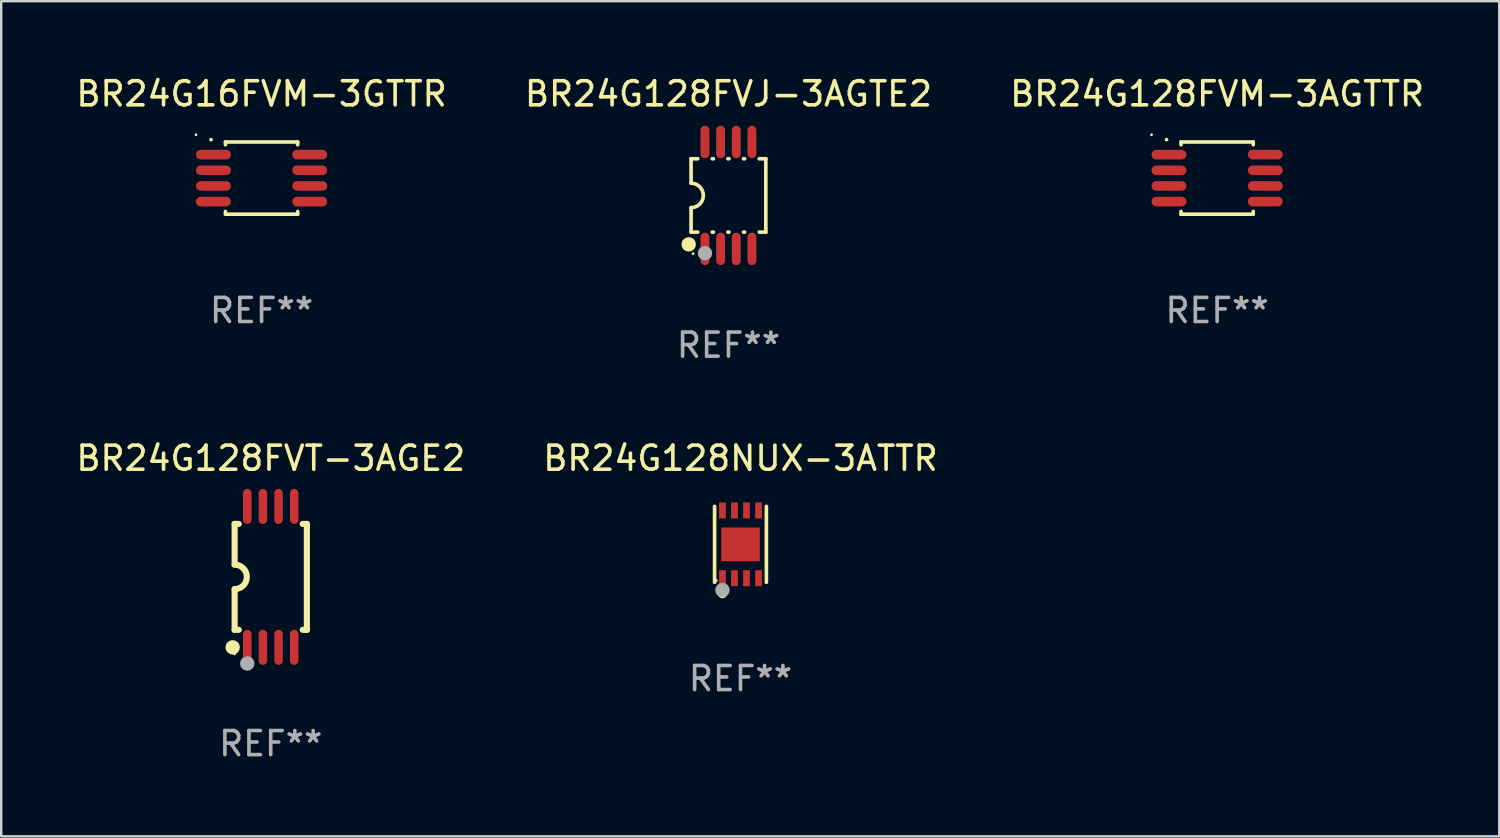
<source format=kicad_pcb>
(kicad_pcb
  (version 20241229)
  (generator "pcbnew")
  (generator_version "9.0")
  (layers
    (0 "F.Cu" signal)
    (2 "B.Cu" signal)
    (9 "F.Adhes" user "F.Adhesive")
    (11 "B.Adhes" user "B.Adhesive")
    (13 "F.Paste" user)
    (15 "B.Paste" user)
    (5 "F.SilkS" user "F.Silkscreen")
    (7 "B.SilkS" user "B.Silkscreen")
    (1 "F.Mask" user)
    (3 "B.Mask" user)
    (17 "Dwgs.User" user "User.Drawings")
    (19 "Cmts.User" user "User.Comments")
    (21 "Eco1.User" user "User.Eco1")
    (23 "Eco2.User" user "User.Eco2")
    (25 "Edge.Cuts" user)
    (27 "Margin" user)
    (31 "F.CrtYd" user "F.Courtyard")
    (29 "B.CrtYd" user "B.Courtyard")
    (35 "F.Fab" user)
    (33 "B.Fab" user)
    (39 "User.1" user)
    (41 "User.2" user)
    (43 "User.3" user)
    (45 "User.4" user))
  (footprint "BR24G128FVM-3AGTTR"
    (layer "F.Cu")
    (at 47.506 4.348)
    (property "Reference" "BR24G128FVM-3AGTTR" (at 0 -3.5 0) (layer "F.SilkS") (effects (font (size 1 1) (thickness 0.15))))
    (attr through_hole)
    (fp_line (start -1.5 -1.5) (end 1.5 -1.5) (stroke (width 0.15) (type solid)) (layer "F.SilkS"))
    (fp_line (start -1.5 -1.385) (end -1.5 -1.5) (stroke (width 0.15) (type solid)) (layer "F.SilkS"))
    (fp_line (start -1.5 1.5) (end -1.5 1.385) (stroke (width 0.15) (type solid)) (layer "F.SilkS"))
    (fp_line (start 1.5 -1.5) (end 1.5 -1.385) (stroke (width 0.15) (type solid)) (layer "F.SilkS"))
    (fp_line (start 1.5 1.385) (end 1.5 1.5) (stroke (width 0.15) (type solid)) (layer "F.SilkS"))
    (fp_line (start 1.5 1.5) (end -1.5 1.5) (stroke (width 0.15) (type solid)) (layer "F.SilkS"))
    (fp_arc (start -2.099873 -1.59746) (mid -2.099879 -1.59873) (end -2.099873 -1.6) (stroke (width 0.150013) (type solid)) (layer "F.SilkS"))
    (fp_circle (center -2.725 -1.799) (end -2.695 -1.799) (stroke (width 0.06) (type solid)) (fill no) (layer "F.SilkS"))
    (fp_text user "REF**" (at 0 5.5 0) (layer "F.Fab") (effects (font (size 1 1) (thickness 0.15))))
    (pad "1" smd oval (at -2 -0.975 180) (size 1.45 0.4) (layers "F.Cu" "F.Mask" "F.Paste"))
    (pad "2" smd oval (at -2 -0.325 180) (size 1.45 0.4) (layers "F.Cu" "F.Mask" "F.Paste"))
    (pad "3" smd oval (at -2 0.325 180) (size 1.45 0.4) (layers "F.Cu" "F.Mask" "F.Paste"))
    (pad "4" smd oval (at -2 0.975 180) (size 1.45 0.4) (layers "F.Cu" "F.Mask" "F.Paste"))
    (pad "5" smd oval (at 2 0.975 180) (size 1.45 0.4) (layers "F.Cu" "F.Mask" "F.Paste"))
    (pad "6" smd oval (at 2 0.325 180) (size 1.45 0.4) (layers "F.Cu" "F.Mask" "F.Paste"))
    (pad "7" smd oval (at 2 -0.325 180) (size 1.45 0.4) (layers "F.Cu" "F.Mask" "F.Paste"))
    (pad "8" smd oval (at 2 -0.976 180) (size 1.45 0.4) (layers "F.Cu" "F.Mask" "F.Paste")))
  (footprint "BR24G128FVJ-3AGTE2"
    (layer "F.Cu")
    (at 27.208 5.068)
    (property "Reference" "BR24G128FVJ-3AGTE2" (at 0 -4.22 0) (layer "F.SilkS") (effects (font (size 1 1) (thickness 0.15))))
    (attr through_hole)
    (fp_line (start -1.552 -1.524) (end -1.276 -1.524) (stroke (width 0.152) (type solid)) (layer "F.SilkS"))
    (fp_line (start -1.552 -0.508) (end -1.552 -1.524) (stroke (width 0.152) (type solid)) (layer "F.SilkS"))
    (fp_line (start -1.552 1.524) (end -1.552 0.508) (stroke (width 0.152) (type solid)) (layer "F.SilkS"))
    (fp_line (start -1.552 1.524) (end -1.276 1.524) (stroke (width 0.152) (type solid)) (layer "F.SilkS"))
    (fp_line (start -0.674 -1.524) (end -0.626 -1.524) (stroke (width 0.152) (type solid)) (layer "F.SilkS"))
    (fp_line (start -0.674 1.524) (end -0.626 1.524) (stroke (width 0.152) (type solid)) (layer "F.SilkS"))
    (fp_line (start -0.024 -1.524) (end 0.024 -1.524) (stroke (width 0.152) (type solid)) (layer "F.SilkS"))
    (fp_line (start -0.024 1.524) (end 0.024 1.524) (stroke (width 0.152) (type solid)) (layer "F.SilkS"))
    (fp_line (start 0.626 -1.524) (end 0.674 -1.524) (stroke (width 0.152) (type solid)) (layer "F.SilkS"))
    (fp_line (start 0.626 1.524) (end 0.674 1.524) (stroke (width 0.152) (type solid)) (layer "F.SilkS"))
    (fp_line (start 1.276 1.524) (end 1.552 1.524) (stroke (width 0.152) (type solid)) (layer "F.SilkS"))
    (fp_line (start 1.276 -1.524) (end 1.552 -1.524) (stroke (width 0.152) (type solid)) (layer "F.SilkS"))
    (fp_line (start 1.552 -1.524) (end 1.552 1.524) (stroke (width 0.152) (type solid)) (layer "F.SilkS"))
    (fp_arc (start -1.551943 -0.508001) (mid -1.043942 0) (end -1.551943 0.508001) (stroke (width 0.151994) (type solid)) (layer "F.SilkS"))
    (fp_circle (center -1.651 2.032) (end -1.501 2.032) (stroke (width 0.3) (type solid)) (fill no) (layer "F.SilkS"))
    (fp_circle (center -1.47 2.42) (end -1.44 2.42) (stroke (width 0.06) (type solid)) (fill no) (layer "F.SilkS"))
    (fp_circle (center -0.975 2.4) (end -0.825 2.4) (stroke (width 0.3) (type solid)) (fill no) (layer "F.Fab"))
    (fp_text user "REF**" (at 0 6.22 0) (layer "F.Fab") (effects (font (size 1 1) (thickness 0.15))))
    (pad "1" smd oval (at -0.975 2.22) (size 0.37 1.35) (layers "F.Cu" "F.Mask" "F.Paste"))
    (pad "2" smd oval (at -0.325 2.22) (size 0.37 1.35) (layers "F.Cu" "F.Mask" "F.Paste"))
    (pad "3" smd oval (at 0.325 2.22) (size 0.37 1.35) (layers "F.Cu" "F.Mask" "F.Paste"))
    (pad "4" smd oval (at 0.975 2.22) (size 0.37 1.35) (layers "F.Cu" "F.Mask" "F.Paste"))
    (pad "5" smd oval (at 0.975 -2.22) (size 0.37 1.35) (layers "F.Cu" "F.Mask" "F.Paste"))
    (pad "6" smd oval (at 0.325 -2.22) (size 0.37 1.35) (layers "F.Cu" "F.Mask" "F.Paste"))
    (pad "7" smd oval (at -0.325 -2.22) (size 0.37 1.35) (layers "F.Cu" "F.Mask" "F.Paste"))
    (pad "8" smd oval (at -0.975 -2.22) (size 0.37 1.35) (layers "F.Cu" "F.Mask" "F.Paste")))
  (footprint "BR24G128FVT-3AGE2"
    (layer "F.Cu")
    (at 8.196 20.912)
    (property "Reference" "BR24G128FVT-3AGE2" (at 0 -4.927 0) (layer "F.SilkS") (effects (font (size 1 1) (thickness 0.15))))
    (attr through_hole)
    (fp_line (start -1.5 -2.2) (end -1.5 -0.508) (stroke (width 0.254) (type solid)) (layer "F.SilkS"))
    (fp_line (start -1.5 -2.2) (end -1.328 -2.2) (stroke (width 0.254) (type solid)) (layer "F.SilkS"))
    (fp_line (start -1.5 2.2) (end -1.5 0.508) (stroke (width 0.254) (type solid)) (layer "F.SilkS"))
    (fp_line (start -1.5 2.2) (end -1.328 2.2) (stroke (width 0.254) (type solid)) (layer "F.SilkS"))
    (fp_line (start 1.328 -2.2) (end 1.5 -2.2) (stroke (width 0.254) (type solid)) (layer "F.SilkS"))
    (fp_line (start 1.328 2.2) (end 1.5 2.2) (stroke (width 0.254) (type solid)) (layer "F.SilkS"))
    (fp_line (start 1.5 -2.2) (end 1.5 2.2) (stroke (width 0.254) (type solid)) (layer "F.SilkS"))
    (fp_arc (start -1.501144 -0.508) (mid -0.993143 -0.000571) (end -1.5 0.508001) (stroke (width 0.254001) (type solid)) (layer "F.SilkS"))
    (fp_circle (center -1.581 2.927) (end -1.431 2.927) (stroke (width 0.3) (type solid)) (fill no) (layer "F.SilkS"))
    (fp_circle (center -1.5 3.2) (end -1.47 3.2) (stroke (width 0.06) (type solid)) (fill no) (layer "F.SilkS"))
    (fp_circle (center -0.975 3.6) (end -0.825 3.6) (stroke (width 0.3) (type solid)) (fill no) (layer "F.Fab"))
    (fp_text user "REF**" (at 0 6.927 0) (layer "F.Fab") (effects (font (size 1 1) (thickness 0.15))))
    (pad "1" smd oval (at -0.975 2.927) (size 0.353 1.454) (layers "F.Cu" "F.Mask" "F.Paste"))
    (pad "2" smd oval (at -0.325 2.927) (size 0.353 1.454) (layers "F.Cu" "F.Mask" "F.Paste"))
    (pad "3" smd oval (at 0.325 2.927) (size 0.353 1.454) (layers "F.Cu" "F.Mask" "F.Paste"))
    (pad "4" smd oval (at 0.975 2.927) (size 0.353 1.454) (layers "F.Cu" "F.Mask" "F.Paste"))
    (pad "5" smd oval (at 0.975 -2.927) (size 0.353 1.454) (layers "F.Cu" "F.Mask" "F.Paste"))
    (pad "6" smd oval (at 0.325 -2.927) (size 0.353 1.454) (layers "F.Cu" "F.Mask" "F.Paste"))
    (pad "7" smd oval (at -0.325 -2.927) (size 0.353 1.454) (layers "F.Cu" "F.Mask" "F.Paste"))
    (pad "8" smd oval (at -0.975 -2.927) (size 0.353 1.454) (layers "F.Cu" "F.Mask" "F.Paste")))
  (footprint "BR24G16FVM-3GTTR"
    (layer "F.Cu")
    (at 7.815 4.348)
    (property "Reference" "BR24G16FVM-3GTTR" (at 0 -3.5 0) (layer "F.SilkS") (effects (font (size 1 1) (thickness 0.15))))
    (attr through_hole)
    (fp_line (start -1.5 -1.5) (end 1.5 -1.5) (stroke (width 0.15) (type solid)) (layer "F.SilkS"))
    (fp_line (start -1.5 -1.385) (end -1.5 -1.5) (stroke (width 0.15) (type solid)) (layer "F.SilkS"))
    (fp_line (start -1.5 1.5) (end -1.5 1.385) (stroke (width 0.15) (type solid)) (layer "F.SilkS"))
    (fp_line (start 1.5 -1.5) (end 1.5 -1.385) (stroke (width 0.15) (type solid)) (layer "F.SilkS"))
    (fp_line (start 1.5 1.385) (end 1.5 1.5) (stroke (width 0.15) (type solid)) (layer "F.SilkS"))
    (fp_line (start 1.5 1.5) (end -1.5 1.5) (stroke (width 0.15) (type solid)) (layer "F.SilkS"))
    (fp_arc (start -2.099873 -1.59746) (mid -2.099879 -1.59873) (end -2.099873 -1.6) (stroke (width 0.150013) (type solid)) (layer "F.SilkS"))
    (fp_circle (center -2.725 -1.799) (end -2.695 -1.799) (stroke (width 0.06) (type solid)) (fill no) (layer "F.SilkS"))
    (fp_text user "REF**" (at 0 5.5 0) (layer "F.Fab") (effects (font (size 1 1) (thickness 0.15))))
    (pad "1" smd oval (at -2 -0.975 180) (size 1.45 0.4) (layers "F.Cu" "F.Mask" "F.Paste"))
    (pad "2" smd oval (at -2 -0.325 180) (size 1.45 0.4) (layers "F.Cu" "F.Mask" "F.Paste"))
    (pad "3" smd oval (at -2 0.325 180) (size 1.45 0.4) (layers "F.Cu" "F.Mask" "F.Paste"))
    (pad "4" smd oval (at -2 0.975 180) (size 1.45 0.4) (layers "F.Cu" "F.Mask" "F.Paste"))
    (pad "5" smd oval (at 2 0.975 180) (size 1.45 0.4) (layers "F.Cu" "F.Mask" "F.Paste"))
    (pad "6" smd oval (at 2 0.325 180) (size 1.45 0.4) (layers "F.Cu" "F.Mask" "F.Paste"))
    (pad "7" smd oval (at 2 -0.325 180) (size 1.45 0.4) (layers "F.Cu" "F.Mask" "F.Paste"))
    (pad "8" smd oval (at 2 -0.976 180) (size 1.45 0.4) (layers "F.Cu" "F.Mask" "F.Paste")))
  (footprint "BR24G128NUX-3ATTR"
    (layer "F.Cu")
    (at 27.708 19.561)
    (property "Reference" "BR24G128NUX-3ATTR" (at 0 -3.576 0) (layer "F.SilkS") (effects (font (size 1 1) (thickness 0.15))))
    (attr through_hole)
    (fp_line (start -1.076 1.576) (end -1.076 -1.576) (stroke (width 0.152) (type solid)) (layer "F.SilkS"))
    (fp_line (start 1.076 -1.576) (end 1.076 1.576) (stroke (width 0.152) (type solid)) (layer "F.SilkS"))
    (fp_circle (center -1 1.5) (end -0.97 1.5) (stroke (width 0.06) (type solid)) (fill no) (layer "F.SilkS"))
    (fp_circle (center -0.75 2.04) (end -0.65 2.04) (stroke (width 0.2) (type solid)) (fill no) (layer "F.SilkS"))
    (fp_circle (center -0.75 1.9) (end -0.6 1.9) (stroke (width 0.3) (type solid)) (fill no) (layer "F.Fab"))
    (fp_text user "REF**" (at 0 5.576 0) (layer "F.Fab") (effects (font (size 1 1) (thickness 0.15))))
    (pad "1" smd rect (at -0.75 1.407) (size 0.28 0.665) (layers "F.Cu" "F.Mask" "F.Paste"))
    (pad "2" smd rect (at -0.25 1.407) (size 0.28 0.665) (layers "F.Cu" "F.Mask" "F.Paste"))
    (pad "3" smd rect (at 0.25 1.407) (size 0.28 0.665) (layers "F.Cu" "F.Mask" "F.Paste"))
    (pad "4" smd rect (at 0.75 1.407) (size 0.28 0.665) (layers "F.Cu" "F.Mask" "F.Paste"))
    (pad "5" smd rect (at 0.75 -1.407) (size 0.28 0.665) (layers "F.Cu" "F.Mask" "F.Paste"))
    (pad "6" smd rect (at 0.25 -1.407) (size 0.28 0.665) (layers "F.Cu" "F.Mask" "F.Paste"))
    (pad "7" smd rect (at -0.25 -1.407) (size 0.28 0.665) (layers "F.Cu" "F.Mask" "F.Paste"))
    (pad "8" smd rect (at -0.75 -1.407) (size 0.28 0.665) (layers "F.Cu" "F.Mask" "F.Paste"))
    (pad "9" smd rect (at 0 0) (size 1.6 1.4) (layers "F.Cu" "F.Mask" "F.Paste")))
  (gr_rect
    (start -3 -3)
    (end 59.226 31.688)
    (stroke (width 0.1) (type default))
    (fill no)
    (layer "Edge.Cuts")))
</source>
